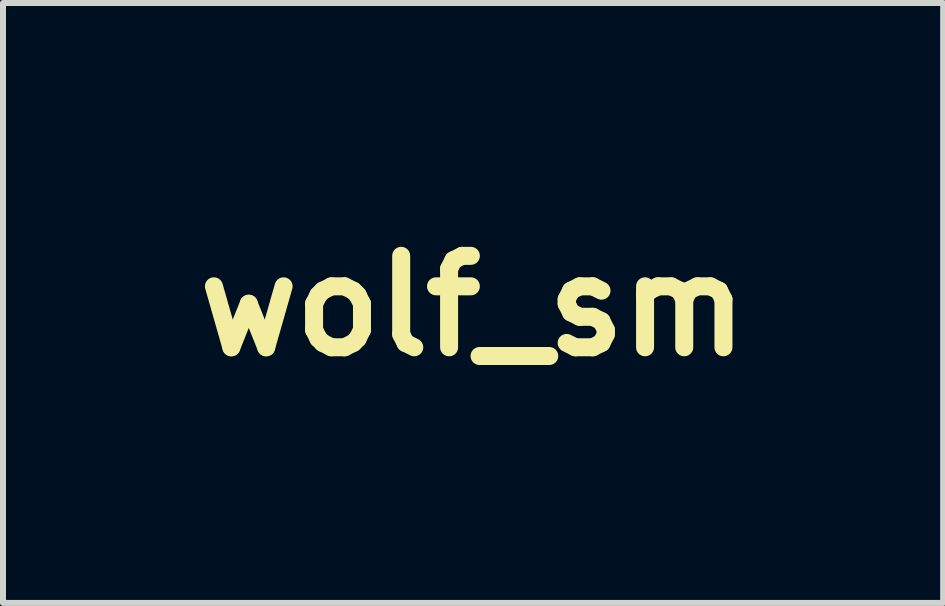
<source format=kicad_pcb>
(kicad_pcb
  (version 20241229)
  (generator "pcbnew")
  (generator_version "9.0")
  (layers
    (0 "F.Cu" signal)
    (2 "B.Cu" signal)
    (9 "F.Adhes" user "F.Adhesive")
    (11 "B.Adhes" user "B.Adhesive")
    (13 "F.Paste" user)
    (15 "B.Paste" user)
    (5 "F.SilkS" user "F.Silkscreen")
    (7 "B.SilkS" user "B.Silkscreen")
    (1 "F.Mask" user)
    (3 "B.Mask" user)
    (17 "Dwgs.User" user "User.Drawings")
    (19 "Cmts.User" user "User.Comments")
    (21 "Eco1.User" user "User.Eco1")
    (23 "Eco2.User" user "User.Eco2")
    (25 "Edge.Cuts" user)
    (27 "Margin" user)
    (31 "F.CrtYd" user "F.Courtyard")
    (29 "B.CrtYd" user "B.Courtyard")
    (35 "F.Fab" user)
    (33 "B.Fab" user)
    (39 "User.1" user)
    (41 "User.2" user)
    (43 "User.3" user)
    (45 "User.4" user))
  (footprint "wolf_sm"
    (layer "F.Cu")
    (at 4.833 2.048)
    (property "Reference" "wolf_sm" (at 0 0 0) (layer "F.SilkS") (effects (font (size 1.524 1.524) (thickness 0.3))))
    (attr through_hole)
    (fp_poly (pts (xy 0.045 -0.581) (xy 0.069 -0.49) (xy -0.067 -0.374) (xy -0.136 -0.339) (xy -0.383 -0.257) (xy -0.503 -0.29) (xy -0.484 -0.4) (xy -0.364 -0.526) (xy -0.205 -0.61) (xy -0.138 -0.62) (xy 0.045 -0.581)) (stroke (width 0.01) (type solid)) (fill no) (layer "Eco2.User"))
    (fp_poly (pts (xy 0.52 -1.958) (xy 0.725 -1.719) (xy 0.878 -1.425) (xy 0.999 -1.177) (xy 1.108 -1.015) (xy 1.16 -0.977) (xy 1.244 -0.902) (xy 1.358 -0.712) (xy 1.424 -0.57) (xy 1.552 -0.107) (xy 1.595 0.439) (xy 1.551 0.996) (xy 1.474 1.332) (xy 1.353 1.732) (xy 1.124 1.239) (xy 0.895 1.453) (xy 0.644 1.651) (xy 0.382 1.81) (xy 0.059 1.909) (xy -0.341 1.946) (xy -0.74 1.919) (xy -1.06 1.829) (xy -1.086 1.815) (xy -1.328 1.684) (xy -1.153 1.397) (xy -1.005 1.087) (xy -1.002 0.876) (xy -1.144 0.758) (xy -1.152 0.756) (xy -1.302 0.627) (xy -1.416 0.379) (xy -1.418 0.372) (xy -1.435 0.304) (xy -1.121 0.304) (xy -1.107 0.372) (xy -1.029 0.409) (xy -0.853 0.434) (xy -0.586 0.43) (xy -0.467 0.42) (xy -0.233 0.399) (xy -0.155 0.412) (xy -0.214 0.463) (xy -0.227 0.47) (xy -0.434 0.557) (xy -0.698 0.633) (xy -0.71 0.636) (xy -0.865 0.673) (xy -0.866 0.687) (xy -0.706 0.68) (xy -0.578 0.671) (xy -0.322 0.655) (xy -0.222 0.662) (xy -0.261 0.702) (xy -0.384 0.769) (xy -0.547 0.876) (xy -0.603 0.957) (xy -0.602 0.96) (xy -0.544 1.077) (xy -0.452 1.26) (xy -0.382 1.494) (xy -0.405 1.683) (xy -0.513 1.774) (xy -0.535 1.776) (xy -0.594 1.724) (xy -0.582 1.695) (xy -0.567 1.552) (xy -0.628 1.399) (xy -0.723 1.332) (xy -0.829 1.403) (xy -0.862 1.56) (xy -0.805 1.724) (xy -0.798 1.733) (xy -0.592 1.864) (xy -0.331 1.827) (xy -0.017 1.622) (xy 0.183 1.433) (xy 0.488 1.055) (xy 0.71 0.658) (xy 0.833 0.279) (xy 0.842 -0.041) (xy 0.81 -0.145) (xy 0.657 -0.323) (xy 0.388 -0.496) (xy 0.291 -0.541) (xy 0.038 -0.663) (xy -0.143 -0.775) (xy -0.191 -0.821) (xy -0.292 -0.865) (xy -0.419 -0.779) (xy -0.531 -0.6) (xy -0.57 -0.485) (xy -0.641 -0.32) (xy -0.71 -0.266) (xy -0.749 -0.337) (xy -0.708 -0.494) (xy -0.63 -0.747) (xy -0.642 -0.852) (xy -0.746 -0.807) (xy -0.75 -0.804) (xy -0.836 -0.658) (xy -0.831 -0.576) (xy -0.86 -0.442) (xy -0.963 -0.343) (xy -1.084 -0.25) (xy -1.057 -0.174) (xy -0.994 -0.124) (xy -0.899 -0.033) (xy -0.924 0.063) (xy -1.012 0.168) (xy -1.121 0.304) (xy -1.435 0.304) (xy -1.488 0.085) (xy -1.491 -0.084) (xy -1.412 -0.185) (xy -1.266 -0.257) (xy -1.062 -0.409) (xy -1.007 -0.557) (xy -0.962 -0.889) (xy -0.901 -1.158) (xy -0.793 -1.158) (xy -0.78 -1.076) (xy -0.699 -1.128) (xy -0.663 -1.164) (xy -0.572 -1.358) (xy -0.59 -1.465) (xy -0.644 -1.58) (xy -0.69 -1.531) (xy -0.72 -1.459) (xy -0.78 -1.252) (xy -0.793 -1.158) (xy -0.901 -1.158) (xy -0.883 -1.236) (xy -0.786 -1.541) (xy -0.688 -1.743) (xy -0.665 -1.771) (xy -0.563 -1.857) (xy -0.534 -1.806) (xy -0.533 -1.765) (xy -0.465 -1.596) (xy -0.31 -1.428) (xy -0.14 -1.335) (xy -0.11 -1.332) (xy -0.046 -1.361) (xy 0.308 -1.361) (xy 0.358 -1.221) (xy 0.419 -1.154) (xy 0.584 -1.045) (xy 0.687 -1.079) (xy 0.706 -1.182) (xy 0.67 -1.332) (xy 0.587 -1.549) (xy 0.584 -1.554) (xy 0.466 -1.821) (xy 0.364 -1.564) (xy 0.308 -1.361) (xy -0.046 -1.361) (xy 0.061 -1.409) (xy 0.204 -1.594) (xy 0.266 -1.818) (xy 0.266 -1.827) (xy 0.284 -1.991) (xy 0.317 -2.043) (xy 0.52 -1.958)) (stroke (width 0.01) (type solid)) (fill no) (layer "Eco2.User")))
  (gr_rect
    (start -3 -3)
    (end 12.667 6.998)
    (stroke (width 0.1) (type default))
    (fill no)
    (layer "Edge.Cuts")))
</source>
